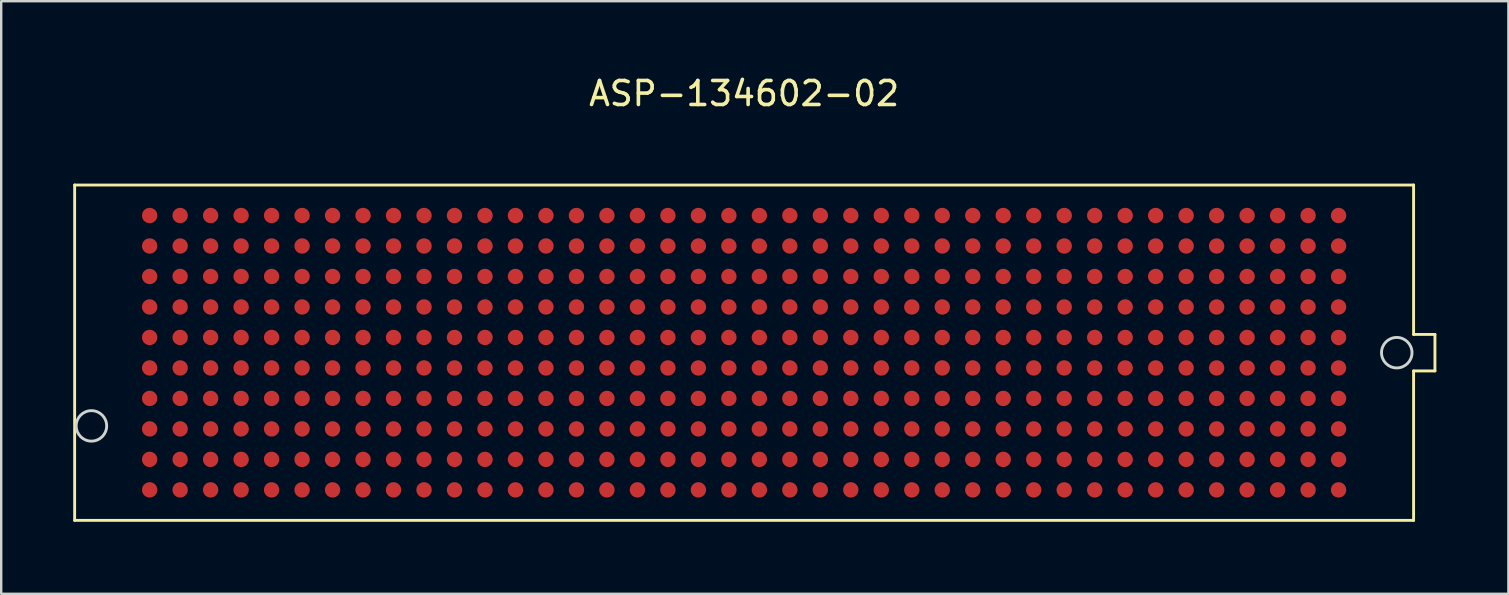
<source format=kicad_pcb>
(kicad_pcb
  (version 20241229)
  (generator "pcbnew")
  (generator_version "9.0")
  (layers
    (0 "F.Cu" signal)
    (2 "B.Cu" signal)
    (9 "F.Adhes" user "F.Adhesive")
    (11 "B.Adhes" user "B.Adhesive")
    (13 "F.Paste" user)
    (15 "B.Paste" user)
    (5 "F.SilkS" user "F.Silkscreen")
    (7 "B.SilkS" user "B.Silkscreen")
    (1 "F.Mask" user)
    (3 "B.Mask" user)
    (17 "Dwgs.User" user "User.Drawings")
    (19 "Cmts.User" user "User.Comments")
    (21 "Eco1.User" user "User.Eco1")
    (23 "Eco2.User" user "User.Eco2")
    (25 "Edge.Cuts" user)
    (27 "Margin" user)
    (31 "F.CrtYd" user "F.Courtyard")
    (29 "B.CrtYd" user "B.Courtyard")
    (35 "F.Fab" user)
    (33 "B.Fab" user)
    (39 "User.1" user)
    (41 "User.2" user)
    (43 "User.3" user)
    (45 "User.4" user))
  (footprint "ASP-134602-02"
    (layer "F.Cu")
    (at 27.95 11.643)
    (property "Reference" "ASP-134602-02" (at 0 -10.795 0) (layer "F.SilkS") (effects (font (size 1 1) (thickness 0.15))))
    (attr through_hole)
    (fp_line (start -27.89 -6.985) (end -27.89 6.985) (stroke (width 0.12) (type solid)) (layer "F.SilkS"))
    (fp_line (start -27.89 -6.985) (end 27.89 -6.985) (stroke (width 0.12) (type solid)) (layer "F.SilkS"))
    (fp_line (start 27.89 -0.76) (end 27.89 -6.985) (stroke (width 0.12) (type solid)) (layer "F.SilkS"))
    (fp_line (start 27.89 6.985) (end -27.89 6.985) (stroke (width 0.12) (type solid)) (layer "F.SilkS"))
    (fp_line (start 27.89 6.985) (end 27.89 0.76) (stroke (width 0.12) (type solid)) (layer "F.SilkS"))
    (fp_line (start 28.78 -0.76) (end 27.89 -0.76) (stroke (width 0.12) (type solid)) (layer "F.SilkS"))
    (fp_line (start 28.78 0.76) (end 27.89 0.76) (stroke (width 0.12) (type solid)) (layer "F.SilkS"))
    (fp_line (start 28.78 0.76) (end 28.78 -0.76) (stroke (width 0.12) (type solid)) (layer "F.SilkS"))
    (fp_circle (center -27.191 3.05) (end -26.556 3.05) (stroke (width 0.12) (type solid)) (fill no) (layer "Edge.Cuts"))
    (fp_circle (center 27.189 0) (end 27.824 0) (stroke (width 0.12) (type solid)) (fill no) (layer "Edge.Cuts"))
    (pad "A1" smd circle (at 24.765 5.715 180) (size 0.64 0.64) (layers "F.Cu" "F.Mask" "F.Paste"))
    (pad "A2" smd circle (at 23.495 5.715 180) (size 0.64 0.64) (layers "F.Cu" "F.Mask" "F.Paste"))
    (pad "A3" smd circle (at 22.225 5.715 180) (size 0.64 0.64) (layers "F.Cu" "F.Mask" "F.Paste"))
    (pad "A4" smd circle (at 20.955 5.715 180) (size 0.64 0.64) (layers "F.Cu" "F.Mask" "F.Paste"))
    (pad "A5" smd circle (at 19.685 5.715 180) (size 0.64 0.64) (layers "F.Cu" "F.Mask" "F.Paste"))
    (pad "A6" smd circle (at 18.415 5.715 180) (size 0.64 0.64) (layers "F.Cu" "F.Mask" "F.Paste"))
    (pad "A7" smd circle (at 17.145 5.715 180) (size 0.64 0.64) (layers "F.Cu" "F.Mask" "F.Paste"))
    (pad "A8" smd circle (at 15.875 5.715 180) (size 0.64 0.64) (layers "F.Cu" "F.Mask" "F.Paste"))
    (pad "A9" smd circle (at 14.605 5.715 180) (size 0.64 0.64) (layers "F.Cu" "F.Mask" "F.Paste"))
    (pad "A10" smd circle (at 13.335 5.715 180) (size 0.64 0.64) (layers "F.Cu" "F.Mask" "F.Paste"))
    (pad "A11" smd circle (at 12.065 5.715 180) (size 0.64 0.64) (layers "F.Cu" "F.Mask" "F.Paste"))
    (pad "A12" smd circle (at 10.795 5.715 180) (size 0.64 0.64) (layers "F.Cu" "F.Mask" "F.Paste"))
    (pad "A13" smd circle (at 9.525 5.715 180) (size 0.64 0.64) (layers "F.Cu" "F.Mask" "F.Paste"))
    (pad "A14" smd circle (at 8.255 5.715 180) (size 0.64 0.64) (layers "F.Cu" "F.Mask" "F.Paste"))
    (pad "A15" smd circle (at 6.985 5.715 180) (size 0.64 0.64) (layers "F.Cu" "F.Mask" "F.Paste"))
    (pad "A16" smd circle (at 5.715 5.715 180) (size 0.64 0.64) (layers "F.Cu" "F.Mask" "F.Paste"))
    (pad "A17" smd circle (at 4.445 5.715 180) (size 0.64 0.64) (layers "F.Cu" "F.Mask" "F.Paste"))
    (pad "A18" smd circle (at 3.175 5.715 180) (size 0.64 0.64) (layers "F.Cu" "F.Mask" "F.Paste"))
    (pad "A19" smd circle (at 1.905 5.715 180) (size 0.64 0.64) (layers "F.Cu" "F.Mask" "F.Paste"))
    (pad "A20" smd circle (at 0.635 5.715 180) (size 0.64 0.64) (layers "F.Cu" "F.Mask" "F.Paste"))
    (pad "A21" smd circle (at -0.635 5.715 180) (size 0.64 0.64) (layers "F.Cu" "F.Mask" "F.Paste"))
    (pad "A22" smd circle (at -1.905 5.715 180) (size 0.64 0.64) (layers "F.Cu" "F.Mask" "F.Paste"))
    (pad "A23" smd circle (at -3.175 5.715 180) (size 0.64 0.64) (layers "F.Cu" "F.Mask" "F.Paste"))
    (pad "A24" smd circle (at -4.445 5.715 180) (size 0.64 0.64) (layers "F.Cu" "F.Mask" "F.Paste"))
    (pad "A25" smd circle (at -5.715 5.715 180) (size 0.64 0.64) (layers "F.Cu" "F.Mask" "F.Paste"))
    (pad "A26" smd circle (at -6.985 5.715 180) (size 0.64 0.64) (layers "F.Cu" "F.Mask" "F.Paste"))
    (pad "A27" smd circle (at -8.255 5.715 180) (size 0.64 0.64) (layers "F.Cu" "F.Mask" "F.Paste"))
    (pad "A28" smd circle (at -9.525 5.715 180) (size 0.64 0.64) (layers "F.Cu" "F.Mask" "F.Paste"))
    (pad "A29" smd circle (at -10.795 5.715 180) (size 0.64 0.64) (layers "F.Cu" "F.Mask" "F.Paste"))
    (pad "A30" smd circle (at -12.065 5.715 180) (size 0.64 0.64) (layers "F.Cu" "F.Mask" "F.Paste"))
    (pad "A31" smd circle (at -13.335 5.715 180) (size 0.64 0.64) (layers "F.Cu" "F.Mask" "F.Paste"))
    (pad "A32" smd circle (at -14.605 5.715 180) (size 0.64 0.64) (layers "F.Cu" "F.Mask" "F.Paste"))
    (pad "A33" smd circle (at -15.875 5.715 180) (size 0.64 0.64) (layers "F.Cu" "F.Mask" "F.Paste"))
    (pad "A34" smd circle (at -17.145 5.715 180) (size 0.64 0.64) (layers "F.Cu" "F.Mask" "F.Paste"))
    (pad "A35" smd circle (at -18.415 5.715 180) (size 0.64 0.64) (layers "F.Cu" "F.Mask" "F.Paste"))
    (pad "A36" smd circle (at -19.685 5.715 180) (size 0.64 0.64) (layers "F.Cu" "F.Mask" "F.Paste"))
    (pad "A37" smd circle (at -20.955 5.715 180) (size 0.64 0.64) (layers "F.Cu" "F.Mask" "F.Paste"))
    (pad "A38" smd circle (at -22.225 5.715 180) (size 0.64 0.64) (layers "F.Cu" "F.Mask" "F.Paste"))
    (pad "A39" smd circle (at -23.495 5.715 180) (size 0.64 0.64) (layers "F.Cu" "F.Mask" "F.Paste"))
    (pad "A40" smd circle (at -24.765 5.715 180) (size 0.64 0.64) (layers "F.Cu" "F.Mask" "F.Paste"))
    (pad "B1" smd circle (at 24.765 4.445 180) (size 0.64 0.64) (layers "F.Cu" "F.Mask" "F.Paste"))
    (pad "B2" smd circle (at 23.495 4.445 180) (size 0.64 0.64) (layers "F.Cu" "F.Mask" "F.Paste"))
    (pad "B3" smd circle (at 22.225 4.445 180) (size 0.64 0.64) (layers "F.Cu" "F.Mask" "F.Paste"))
    (pad "B4" smd circle (at 20.955 4.445 180) (size 0.64 0.64) (layers "F.Cu" "F.Mask" "F.Paste"))
    (pad "B5" smd circle (at 19.685 4.445 180) (size 0.64 0.64) (layers "F.Cu" "F.Mask" "F.Paste"))
    (pad "B6" smd circle (at 18.415 4.445 180) (size 0.64 0.64) (layers "F.Cu" "F.Mask" "F.Paste"))
    (pad "B7" smd circle (at 17.145 4.445 180) (size 0.64 0.64) (layers "F.Cu" "F.Mask" "F.Paste"))
    (pad "B8" smd circle (at 15.875 4.445 180) (size 0.64 0.64) (layers "F.Cu" "F.Mask" "F.Paste"))
    (pad "B9" smd circle (at 14.605 4.445 180) (size 0.64 0.64) (layers "F.Cu" "F.Mask" "F.Paste"))
    (pad "B10" smd circle (at 13.335 4.445 180) (size 0.64 0.64) (layers "F.Cu" "F.Mask" "F.Paste"))
    (pad "B11" smd circle (at 12.065 4.445 180) (size 0.64 0.64) (layers "F.Cu" "F.Mask" "F.Paste"))
    (pad "B12" smd circle (at 10.795 4.445 180) (size 0.64 0.64) (layers "F.Cu" "F.Mask" "F.Paste"))
    (pad "B13" smd circle (at 9.525 4.445 180) (size 0.64 0.64) (layers "F.Cu" "F.Mask" "F.Paste"))
    (pad "B14" smd circle (at 8.255 4.445 180) (size 0.64 0.64) (layers "F.Cu" "F.Mask" "F.Paste"))
    (pad "B15" smd circle (at 6.985 4.445 180) (size 0.64 0.64) (layers "F.Cu" "F.Mask" "F.Paste"))
    (pad "B16" smd circle (at 5.715 4.445 180) (size 0.64 0.64) (layers "F.Cu" "F.Mask" "F.Paste"))
    (pad "B17" smd circle (at 4.445 4.445 180) (size 0.64 0.64) (layers "F.Cu" "F.Mask" "F.Paste"))
    (pad "B18" smd circle (at 3.175 4.445 180) (size 0.64 0.64) (layers "F.Cu" "F.Mask" "F.Paste"))
    (pad "B19" smd circle (at 1.905 4.445 180) (size 0.64 0.64) (layers "F.Cu" "F.Mask" "F.Paste"))
    (pad "B20" smd circle (at 0.635 4.445 180) (size 0.64 0.64) (layers "F.Cu" "F.Mask" "F.Paste"))
    (pad "B21" smd circle (at -0.635 4.445 180) (size 0.64 0.64) (layers "F.Cu" "F.Mask" "F.Paste"))
    (pad "B22" smd circle (at -1.905 4.445 180) (size 0.64 0.64) (layers "F.Cu" "F.Mask" "F.Paste"))
    (pad "B23" smd circle (at -3.175 4.445 180) (size 0.64 0.64) (layers "F.Cu" "F.Mask" "F.Paste"))
    (pad "B24" smd circle (at -4.445 4.445 180) (size 0.64 0.64) (layers "F.Cu" "F.Mask" "F.Paste"))
    (pad "B25" smd circle (at -5.715 4.445 180) (size 0.64 0.64) (layers "F.Cu" "F.Mask" "F.Paste"))
    (pad "B26" smd circle (at -6.985 4.445 180) (size 0.64 0.64) (layers "F.Cu" "F.Mask" "F.Paste"))
    (pad "B27" smd circle (at -8.255 4.445 180) (size 0.64 0.64) (layers "F.Cu" "F.Mask" "F.Paste"))
    (pad "B28" smd circle (at -9.525 4.445 180) (size 0.64 0.64) (layers "F.Cu" "F.Mask" "F.Paste"))
    (pad "B29" smd circle (at -10.795 4.445 180) (size 0.64 0.64) (layers "F.Cu" "F.Mask" "F.Paste"))
    (pad "B30" smd circle (at -12.065 4.445 180) (size 0.64 0.64) (layers "F.Cu" "F.Mask" "F.Paste"))
    (pad "B31" smd circle (at -13.335 4.445 180) (size 0.64 0.64) (layers "F.Cu" "F.Mask" "F.Paste"))
    (pad "B32" smd circle (at -14.605 4.445 180) (size 0.64 0.64) (layers "F.Cu" "F.Mask" "F.Paste"))
    (pad "B33" smd circle (at -15.875 4.445 180) (size 0.64 0.64) (layers "F.Cu" "F.Mask" "F.Paste"))
    (pad "B34" smd circle (at -17.145 4.445 180) (size 0.64 0.64) (layers "F.Cu" "F.Mask" "F.Paste"))
    (pad "B35" smd circle (at -18.415 4.445 180) (size 0.64 0.64) (layers "F.Cu" "F.Mask" "F.Paste"))
    (pad "B36" smd circle (at -19.685 4.445 180) (size 0.64 0.64) (layers "F.Cu" "F.Mask" "F.Paste"))
    (pad "B37" smd circle (at -20.955 4.445 180) (size 0.64 0.64) (layers "F.Cu" "F.Mask" "F.Paste"))
    (pad "B38" smd circle (at -22.225 4.445 180) (size 0.64 0.64) (layers "F.Cu" "F.Mask" "F.Paste"))
    (pad "B39" smd circle (at -23.495 4.445 180) (size 0.64 0.64) (layers "F.Cu" "F.Mask" "F.Paste"))
    (pad "B40" smd circle (at -24.765 4.445 180) (size 0.64 0.64) (layers "F.Cu" "F.Mask" "F.Paste"))
    (pad "C1" smd circle (at 24.765 3.175 180) (size 0.64 0.64) (layers "F.Cu" "F.Mask" "F.Paste"))
    (pad "C2" smd circle (at 23.495 3.175 180) (size 0.64 0.64) (layers "F.Cu" "F.Mask" "F.Paste"))
    (pad "C3" smd circle (at 22.225 3.175 180) (size 0.64 0.64) (layers "F.Cu" "F.Mask" "F.Paste"))
    (pad "C4" smd circle (at 20.955 3.175 180) (size 0.64 0.64) (layers "F.Cu" "F.Mask" "F.Paste"))
    (pad "C5" smd circle (at 19.685 3.175 180) (size 0.64 0.64) (layers "F.Cu" "F.Mask" "F.Paste"))
    (pad "C6" smd circle (at 18.415 3.175 180) (size 0.64 0.64) (layers "F.Cu" "F.Mask" "F.Paste"))
    (pad "C7" smd circle (at 17.145 3.175 180) (size 0.64 0.64) (layers "F.Cu" "F.Mask" "F.Paste"))
    (pad "C8" smd circle (at 15.875 3.175 180) (size 0.64 0.64) (layers "F.Cu" "F.Mask" "F.Paste"))
    (pad "C9" smd circle (at 14.605 3.175 180) (size 0.64 0.64) (layers "F.Cu" "F.Mask" "F.Paste"))
    (pad "C10" smd circle (at 13.335 3.175 180) (size 0.64 0.64) (layers "F.Cu" "F.Mask" "F.Paste"))
    (pad "C11" smd circle (at 12.065 3.175 180) (size 0.64 0.64) (layers "F.Cu" "F.Mask" "F.Paste"))
    (pad "C12" smd circle (at 10.795 3.175 180) (size 0.64 0.64) (layers "F.Cu" "F.Mask" "F.Paste"))
    (pad "C13" smd circle (at 9.525 3.175 180) (size 0.64 0.64) (layers "F.Cu" "F.Mask" "F.Paste"))
    (pad "C14" smd circle (at 8.255 3.175 180) (size 0.64 0.64) (layers "F.Cu" "F.Mask" "F.Paste"))
    (pad "C15" smd circle (at 6.985 3.175 180) (size 0.64 0.64) (layers "F.Cu" "F.Mask" "F.Paste"))
    (pad "C16" smd circle (at 5.715 3.175 180) (size 0.64 0.64) (layers "F.Cu" "F.Mask" "F.Paste"))
    (pad "C17" smd circle (at 4.445 3.175 180) (size 0.64 0.64) (layers "F.Cu" "F.Mask" "F.Paste"))
    (pad "C18" smd circle (at 3.175 3.175 180) (size 0.64 0.64) (layers "F.Cu" "F.Mask" "F.Paste"))
    (pad "C19" smd circle (at 1.905 3.175 180) (size 0.64 0.64) (layers "F.Cu" "F.Mask" "F.Paste"))
    (pad "C20" smd circle (at 0.635 3.175 180) (size 0.64 0.64) (layers "F.Cu" "F.Mask" "F.Paste"))
    (pad "C21" smd circle (at -0.635 3.175 180) (size 0.64 0.64) (layers "F.Cu" "F.Mask" "F.Paste"))
    (pad "C22" smd circle (at -1.905 3.175 180) (size 0.64 0.64) (layers "F.Cu" "F.Mask" "F.Paste"))
    (pad "C23" smd circle (at -3.175 3.175 180) (size 0.64 0.64) (layers "F.Cu" "F.Mask" "F.Paste"))
    (pad "C24" smd circle (at -4.445 3.175 180) (size 0.64 0.64) (layers "F.Cu" "F.Mask" "F.Paste"))
    (pad "C25" smd circle (at -5.715 3.175 180) (size 0.64 0.64) (layers "F.Cu" "F.Mask" "F.Paste"))
    (pad "C26" smd circle (at -6.985 3.175 180) (size 0.64 0.64) (layers "F.Cu" "F.Mask" "F.Paste"))
    (pad "C27" smd circle (at -8.255 3.175 180) (size 0.64 0.64) (layers "F.Cu" "F.Mask" "F.Paste"))
    (pad "C28" smd circle (at -9.525 3.175 180) (size 0.64 0.64) (layers "F.Cu" "F.Mask" "F.Paste"))
    (pad "C29" smd circle (at -10.795 3.175 180) (size 0.64 0.64) (layers "F.Cu" "F.Mask" "F.Paste"))
    (pad "C30" smd circle (at -12.065 3.175 180) (size 0.64 0.64) (layers "F.Cu" "F.Mask" "F.Paste"))
    (pad "C31" smd circle (at -13.335 3.175 180) (size 0.64 0.64) (layers "F.Cu" "F.Mask" "F.Paste"))
    (pad "C32" smd circle (at -14.605 3.175 180) (size 0.64 0.64) (layers "F.Cu" "F.Mask" "F.Paste"))
    (pad "C33" smd circle (at -15.875 3.175 180) (size 0.64 0.64) (layers "F.Cu" "F.Mask" "F.Paste"))
    (pad "C34" smd circle (at -17.145 3.175 180) (size 0.64 0.64) (layers "F.Cu" "F.Mask" "F.Paste"))
    (pad "C35" smd circle (at -18.415 3.175 180) (size 0.64 0.64) (layers "F.Cu" "F.Mask" "F.Paste"))
    (pad "C36" smd circle (at -19.685 3.175 180) (size 0.64 0.64) (layers "F.Cu" "F.Mask" "F.Paste"))
    (pad "C37" smd circle (at -20.955 3.175 180) (size 0.64 0.64) (layers "F.Cu" "F.Mask" "F.Paste"))
    (pad "C38" smd circle (at -22.225 3.175 180) (size 0.64 0.64) (layers "F.Cu" "F.Mask" "F.Paste"))
    (pad "C39" smd circle (at -23.495 3.175 180) (size 0.64 0.64) (layers "F.Cu" "F.Mask" "F.Paste"))
    (pad "C40" smd circle (at -24.765 3.175 180) (size 0.64 0.64) (layers "F.Cu" "F.Mask" "F.Paste"))
    (pad "D1" smd circle (at 24.765 1.905 180) (size 0.64 0.64) (layers "F.Cu" "F.Mask" "F.Paste"))
    (pad "D2" smd circle (at 23.495 1.905 180) (size 0.64 0.64) (layers "F.Cu" "F.Mask" "F.Paste"))
    (pad "D3" smd circle (at 22.225 1.905 180) (size 0.64 0.64) (layers "F.Cu" "F.Mask" "F.Paste"))
    (pad "D4" smd circle (at 20.955 1.905 180) (size 0.64 0.64) (layers "F.Cu" "F.Mask" "F.Paste"))
    (pad "D5" smd circle (at 19.685 1.905 180) (size 0.64 0.64) (layers "F.Cu" "F.Mask" "F.Paste"))
    (pad "D6" smd circle (at 18.415 1.905 180) (size 0.64 0.64) (layers "F.Cu" "F.Mask" "F.Paste"))
    (pad "D7" smd circle (at 17.145 1.905 180) (size 0.64 0.64) (layers "F.Cu" "F.Mask" "F.Paste"))
    (pad "D8" smd circle (at 15.875 1.905 180) (size 0.64 0.64) (layers "F.Cu" "F.Mask" "F.Paste"))
    (pad "D9" smd circle (at 14.605 1.905 180) (size 0.64 0.64) (layers "F.Cu" "F.Mask" "F.Paste"))
    (pad "D10" smd circle (at 13.335 1.905 180) (size 0.64 0.64) (layers "F.Cu" "F.Mask" "F.Paste"))
    (pad "D11" smd circle (at 12.065 1.905 180) (size 0.64 0.64) (layers "F.Cu" "F.Mask" "F.Paste"))
    (pad "D12" smd circle (at 10.795 1.905 180) (size 0.64 0.64) (layers "F.Cu" "F.Mask" "F.Paste"))
    (pad "D13" smd circle (at 9.525 1.905 180) (size 0.64 0.64) (layers "F.Cu" "F.Mask" "F.Paste"))
    (pad "D14" smd circle (at 8.255 1.905 180) (size 0.64 0.64) (layers "F.Cu" "F.Mask" "F.Paste"))
    (pad "D15" smd circle (at 6.985 1.905 180) (size 0.64 0.64) (layers "F.Cu" "F.Mask" "F.Paste"))
    (pad "D16" smd circle (at 5.715 1.905 180) (size 0.64 0.64) (layers "F.Cu" "F.Mask" "F.Paste"))
    (pad "D17" smd circle (at 4.445 1.905 180) (size 0.64 0.64) (layers "F.Cu" "F.Mask" "F.Paste"))
    (pad "D18" smd circle (at 3.175 1.905 180) (size 0.64 0.64) (layers "F.Cu" "F.Mask" "F.Paste"))
    (pad "D19" smd circle (at 1.905 1.905 180) (size 0.64 0.64) (layers "F.Cu" "F.Mask" "F.Paste"))
    (pad "D20" smd circle (at 0.635 1.905 180) (size 0.64 0.64) (layers "F.Cu" "F.Mask" "F.Paste"))
    (pad "D21" smd circle (at -0.635 1.905 180) (size 0.64 0.64) (layers "F.Cu" "F.Mask" "F.Paste"))
    (pad "D22" smd circle (at -1.905 1.905 180) (size 0.64 0.64) (layers "F.Cu" "F.Mask" "F.Paste"))
    (pad "D23" smd circle (at -3.175 1.905 180) (size 0.64 0.64) (layers "F.Cu" "F.Mask" "F.Paste"))
    (pad "D24" smd circle (at -4.445 1.905 180) (size 0.64 0.64) (layers "F.Cu" "F.Mask" "F.Paste"))
    (pad "D25" smd circle (at -5.715 1.905 180) (size 0.64 0.64) (layers "F.Cu" "F.Mask" "F.Paste"))
    (pad "D26" smd circle (at -6.985 1.905 180) (size 0.64 0.64) (layers "F.Cu" "F.Mask" "F.Paste"))
    (pad "D27" smd circle (at -8.255 1.905 180) (size 0.64 0.64) (layers "F.Cu" "F.Mask" "F.Paste"))
    (pad "D28" smd circle (at -9.525 1.905 180) (size 0.64 0.64) (layers "F.Cu" "F.Mask" "F.Paste"))
    (pad "D29" smd circle (at -10.795 1.905 180) (size 0.64 0.64) (layers "F.Cu" "F.Mask" "F.Paste"))
    (pad "D30" smd circle (at -12.065 1.905 180) (size 0.64 0.64) (layers "F.Cu" "F.Mask" "F.Paste"))
    (pad "D31" smd circle (at -13.335 1.905 180) (size 0.64 0.64) (layers "F.Cu" "F.Mask" "F.Paste"))
    (pad "D32" smd circle (at -14.605 1.905 180) (size 0.64 0.64) (layers "F.Cu" "F.Mask" "F.Paste"))
    (pad "D33" smd circle (at -15.875 1.905 180) (size 0.64 0.64) (layers "F.Cu" "F.Mask" "F.Paste"))
    (pad "D34" smd circle (at -17.145 1.905 180) (size 0.64 0.64) (layers "F.Cu" "F.Mask" "F.Paste"))
    (pad "D35" smd circle (at -18.415 1.905 180) (size 0.64 0.64) (layers "F.Cu" "F.Mask" "F.Paste"))
    (pad "D36" smd circle (at -19.685 1.905 180) (size 0.64 0.64) (layers "F.Cu" "F.Mask" "F.Paste"))
    (pad "D37" smd circle (at -20.955 1.905 180) (size 0.64 0.64) (layers "F.Cu" "F.Mask" "F.Paste"))
    (pad "D38" smd circle (at -22.225 1.905 180) (size 0.64 0.64) (layers "F.Cu" "F.Mask" "F.Paste"))
    (pad "D39" smd circle (at -23.495 1.905 180) (size 0.64 0.64) (layers "F.Cu" "F.Mask" "F.Paste"))
    (pad "D40" smd circle (at -24.765 1.905 180) (size 0.64 0.64) (layers "F.Cu" "F.Mask" "F.Paste"))
    (pad "E1" smd circle (at 24.765 0.635 180) (size 0.64 0.64) (layers "F.Cu" "F.Mask" "F.Paste"))
    (pad "E2" smd circle (at 23.495 0.635 180) (size 0.64 0.64) (layers "F.Cu" "F.Mask" "F.Paste"))
    (pad "E3" smd circle (at 22.225 0.635 180) (size 0.64 0.64) (layers "F.Cu" "F.Mask" "F.Paste"))
    (pad "E4" smd circle (at 20.955 0.635 180) (size 0.64 0.64) (layers "F.Cu" "F.Mask" "F.Paste"))
    (pad "E5" smd circle (at 19.685 0.635 180) (size 0.64 0.64) (layers "F.Cu" "F.Mask" "F.Paste"))
    (pad "E6" smd circle (at 18.415 0.635 180) (size 0.64 0.64) (layers "F.Cu" "F.Mask" "F.Paste"))
    (pad "E7" smd circle (at 17.145 0.635 180) (size 0.64 0.64) (layers "F.Cu" "F.Mask" "F.Paste"))
    (pad "E8" smd circle (at 15.875 0.635 180) (size 0.64 0.64) (layers "F.Cu" "F.Mask" "F.Paste"))
    (pad "E9" smd circle (at 14.605 0.635 180) (size 0.64 0.64) (layers "F.Cu" "F.Mask" "F.Paste"))
    (pad "E10" smd circle (at 13.335 0.635 180) (size 0.64 0.64) (layers "F.Cu" "F.Mask" "F.Paste"))
    (pad "E11" smd circle (at 12.065 0.635 180) (size 0.64 0.64) (layers "F.Cu" "F.Mask" "F.Paste"))
    (pad "E12" smd circle (at 10.795 0.635 180) (size 0.64 0.64) (layers "F.Cu" "F.Mask" "F.Paste"))
    (pad "E13" smd circle (at 9.525 0.635 180) (size 0.64 0.64) (layers "F.Cu" "F.Mask" "F.Paste"))
    (pad "E14" smd circle (at 8.255 0.635 180) (size 0.64 0.64) (layers "F.Cu" "F.Mask" "F.Paste"))
    (pad "E15" smd circle (at 6.985 0.635 180) (size 0.64 0.64) (layers "F.Cu" "F.Mask" "F.Paste"))
    (pad "E16" smd circle (at 5.715 0.635 180) (size 0.64 0.64) (layers "F.Cu" "F.Mask" "F.Paste"))
    (pad "E17" smd circle (at 4.445 0.635 180) (size 0.64 0.64) (layers "F.Cu" "F.Mask" "F.Paste"))
    (pad "E18" smd circle (at 3.175 0.635 180) (size 0.64 0.64) (layers "F.Cu" "F.Mask" "F.Paste"))
    (pad "E19" smd circle (at 1.905 0.635 180) (size 0.64 0.64) (layers "F.Cu" "F.Mask" "F.Paste"))
    (pad "E20" smd circle (at 0.635 0.635 180) (size 0.64 0.64) (layers "F.Cu" "F.Mask" "F.Paste"))
    (pad "E21" smd circle (at -0.635 0.635 180) (size 0.64 0.64) (layers "F.Cu" "F.Mask" "F.Paste"))
    (pad "E22" smd circle (at -1.905 0.635 180) (size 0.64 0.64) (layers "F.Cu" "F.Mask" "F.Paste"))
    (pad "E23" smd circle (at -3.175 0.635 180) (size 0.64 0.64) (layers "F.Cu" "F.Mask" "F.Paste"))
    (pad "E24" smd circle (at -4.445 0.635 180) (size 0.64 0.64) (layers "F.Cu" "F.Mask" "F.Paste"))
    (pad "E25" smd circle (at -5.715 0.635 180) (size 0.64 0.64) (layers "F.Cu" "F.Mask" "F.Paste"))
    (pad "E26" smd circle (at -6.985 0.635 180) (size 0.64 0.64) (layers "F.Cu" "F.Mask" "F.Paste"))
    (pad "E27" smd circle (at -8.255 0.635 180) (size 0.64 0.64) (layers "F.Cu" "F.Mask" "F.Paste"))
    (pad "E28" smd circle (at -9.525 0.635 180) (size 0.64 0.64) (layers "F.Cu" "F.Mask" "F.Paste"))
    (pad "E29" smd circle (at -10.795 0.635 180) (size 0.64 0.64) (layers "F.Cu" "F.Mask" "F.Paste"))
    (pad "E30" smd circle (at -12.065 0.635 180) (size 0.64 0.64) (layers "F.Cu" "F.Mask" "F.Paste"))
    (pad "E31" smd circle (at -13.335 0.635 180) (size 0.64 0.64) (layers "F.Cu" "F.Mask" "F.Paste"))
    (pad "E32" smd circle (at -14.605 0.635 180) (size 0.64 0.64) (layers "F.Cu" "F.Mask" "F.Paste"))
    (pad "E33" smd circle (at -15.875 0.635 180) (size 0.64 0.64) (layers "F.Cu" "F.Mask" "F.Paste"))
    (pad "E34" smd circle (at -17.145 0.635 180) (size 0.64 0.64) (layers "F.Cu" "F.Mask" "F.Paste"))
    (pad "E35" smd circle (at -18.415 0.635 180) (size 0.64 0.64) (layers "F.Cu" "F.Mask" "F.Paste"))
    (pad "E36" smd circle (at -19.685 0.635 180) (size 0.64 0.64) (layers "F.Cu" "F.Mask" "F.Paste"))
    (pad "E37" smd circle (at -20.955 0.635 180) (size 0.64 0.64) (layers "F.Cu" "F.Mask" "F.Paste"))
    (pad "E38" smd circle (at -22.225 0.635 180) (size 0.64 0.64) (layers "F.Cu" "F.Mask" "F.Paste"))
    (pad "E39" smd circle (at -23.495 0.635 180) (size 0.64 0.64) (layers "F.Cu" "F.Mask" "F.Paste"))
    (pad "E40" smd circle (at -24.765 0.635 180) (size 0.64 0.64) (layers "F.Cu" "F.Mask" "F.Paste"))
    (pad "F1" smd circle (at 24.765 -0.635 180) (size 0.64 0.64) (layers "F.Cu" "F.Mask" "F.Paste"))
    (pad "F2" smd circle (at 23.495 -0.635 180) (size 0.64 0.64) (layers "F.Cu" "F.Mask" "F.Paste"))
    (pad "F3" smd circle (at 22.225 -0.635 180) (size 0.64 0.64) (layers "F.Cu" "F.Mask" "F.Paste"))
    (pad "F4" smd circle (at 20.955 -0.635 180) (size 0.64 0.64) (layers "F.Cu" "F.Mask" "F.Paste"))
    (pad "F5" smd circle (at 19.685 -0.635 180) (size 0.64 0.64) (layers "F.Cu" "F.Mask" "F.Paste"))
    (pad "F6" smd circle (at 18.415 -0.635 180) (size 0.64 0.64) (layers "F.Cu" "F.Mask" "F.Paste"))
    (pad "F7" smd circle (at 17.145 -0.635 180) (size 0.64 0.64) (layers "F.Cu" "F.Mask" "F.Paste"))
    (pad "F8" smd circle (at 15.875 -0.635 180) (size 0.64 0.64) (layers "F.Cu" "F.Mask" "F.Paste"))
    (pad "F9" smd circle (at 14.605 -0.635 180) (size 0.64 0.64) (layers "F.Cu" "F.Mask" "F.Paste"))
    (pad "F10" smd circle (at 13.335 -0.635 180) (size 0.64 0.64) (layers "F.Cu" "F.Mask" "F.Paste"))
    (pad "F11" smd circle (at 12.065 -0.635 180) (size 0.64 0.64) (layers "F.Cu" "F.Mask" "F.Paste"))
    (pad "F12" smd circle (at 10.795 -0.635 180) (size 0.64 0.64) (layers "F.Cu" "F.Mask" "F.Paste"))
    (pad "F13" smd circle (at 9.525 -0.635 180) (size 0.64 0.64) (layers "F.Cu" "F.Mask" "F.Paste"))
    (pad "F14" smd circle (at 8.255 -0.635 180) (size 0.64 0.64) (layers "F.Cu" "F.Mask" "F.Paste"))
    (pad "F15" smd circle (at 6.985 -0.635 180) (size 0.64 0.64) (layers "F.Cu" "F.Mask" "F.Paste"))
    (pad "F16" smd circle (at 5.715 -0.635 180) (size 0.64 0.64) (layers "F.Cu" "F.Mask" "F.Paste"))
    (pad "F17" smd circle (at 4.445 -0.635 180) (size 0.64 0.64) (layers "F.Cu" "F.Mask" "F.Paste"))
    (pad "F18" smd circle (at 3.175 -0.635 180) (size 0.64 0.64) (layers "F.Cu" "F.Mask" "F.Paste"))
    (pad "F19" smd circle (at 1.905 -0.635 180) (size 0.64 0.64) (layers "F.Cu" "F.Mask" "F.Paste"))
    (pad "F20" smd circle (at 0.635 -0.635 180) (size 0.64 0.64) (layers "F.Cu" "F.Mask" "F.Paste"))
    (pad "F21" smd circle (at -0.635 -0.635 180) (size 0.64 0.64) (layers "F.Cu" "F.Mask" "F.Paste"))
    (pad "F22" smd circle (at -1.905 -0.635 180) (size 0.64 0.64) (layers "F.Cu" "F.Mask" "F.Paste"))
    (pad "F23" smd circle (at -3.175 -0.635 180) (size 0.64 0.64) (layers "F.Cu" "F.Mask" "F.Paste"))
    (pad "F24" smd circle (at -4.445 -0.635 180) (size 0.64 0.64) (layers "F.Cu" "F.Mask" "F.Paste"))
    (pad "F25" smd circle (at -5.715 -0.635 180) (size 0.64 0.64) (layers "F.Cu" "F.Mask" "F.Paste"))
    (pad "F26" smd circle (at -6.985 -0.635 180) (size 0.64 0.64) (layers "F.Cu" "F.Mask" "F.Paste"))
    (pad "F27" smd circle (at -8.255 -0.635 180) (size 0.64 0.64) (layers "F.Cu" "F.Mask" "F.Paste"))
    (pad "F28" smd circle (at -9.525 -0.635 180) (size 0.64 0.64) (layers "F.Cu" "F.Mask" "F.Paste"))
    (pad "F29" smd circle (at -10.795 -0.635 180) (size 0.64 0.64) (layers "F.Cu" "F.Mask" "F.Paste"))
    (pad "F30" smd circle (at -12.065 -0.635 180) (size 0.64 0.64) (layers "F.Cu" "F.Mask" "F.Paste"))
    (pad "F31" smd circle (at -13.335 -0.635 180) (size 0.64 0.64) (layers "F.Cu" "F.Mask" "F.Paste"))
    (pad "F32" smd circle (at -14.605 -0.635 180) (size 0.64 0.64) (layers "F.Cu" "F.Mask" "F.Paste"))
    (pad "F33" smd circle (at -15.875 -0.635 180) (size 0.64 0.64) (layers "F.Cu" "F.Mask" "F.Paste"))
    (pad "F34" smd circle (at -17.145 -0.635 180) (size 0.64 0.64) (layers "F.Cu" "F.Mask" "F.Paste"))
    (pad "F35" smd circle (at -18.415 -0.635 180) (size 0.64 0.64) (layers "F.Cu" "F.Mask" "F.Paste"))
    (pad "F36" smd circle (at -19.685 -0.635 180) (size 0.64 0.64) (layers "F.Cu" "F.Mask" "F.Paste"))
    (pad "F37" smd circle (at -20.955 -0.635 180) (size 0.64 0.64) (layers "F.Cu" "F.Mask" "F.Paste"))
    (pad "F38" smd circle (at -22.225 -0.635 180) (size 0.64 0.64) (layers "F.Cu" "F.Mask" "F.Paste"))
    (pad "F39" smd circle (at -23.495 -0.635 180) (size 0.64 0.64) (layers "F.Cu" "F.Mask" "F.Paste"))
    (pad "F40" smd circle (at -24.765 -0.635 180) (size 0.64 0.64) (layers "F.Cu" "F.Mask" "F.Paste"))
    (pad "G1" smd circle (at 24.765 -1.905 180) (size 0.64 0.64) (layers "F.Cu" "F.Mask" "F.Paste"))
    (pad "G2" smd circle (at 23.495 -1.905 180) (size 0.64 0.64) (layers "F.Cu" "F.Mask" "F.Paste"))
    (pad "G3" smd circle (at 22.225 -1.905 180) (size 0.64 0.64) (layers "F.Cu" "F.Mask" "F.Paste"))
    (pad "G4" smd circle (at 20.955 -1.905 180) (size 0.64 0.64) (layers "F.Cu" "F.Mask" "F.Paste"))
    (pad "G5" smd circle (at 19.685 -1.905 180) (size 0.64 0.64) (layers "F.Cu" "F.Mask" "F.Paste"))
    (pad "G6" smd circle (at 18.415 -1.905 180) (size 0.64 0.64) (layers "F.Cu" "F.Mask" "F.Paste"))
    (pad "G7" smd circle (at 17.145 -1.905 180) (size 0.64 0.64) (layers "F.Cu" "F.Mask" "F.Paste"))
    (pad "G8" smd circle (at 15.875 -1.905 180) (size 0.64 0.64) (layers "F.Cu" "F.Mask" "F.Paste"))
    (pad "G9" smd circle (at 14.605 -1.905 180) (size 0.64 0.64) (layers "F.Cu" "F.Mask" "F.Paste"))
    (pad "G10" smd circle (at 13.335 -1.905 180) (size 0.64 0.64) (layers "F.Cu" "F.Mask" "F.Paste"))
    (pad "G11" smd circle (at 12.065 -1.905 180) (size 0.64 0.64) (layers "F.Cu" "F.Mask" "F.Paste"))
    (pad "G12" smd circle (at 10.795 -1.905 180) (size 0.64 0.64) (layers "F.Cu" "F.Mask" "F.Paste"))
    (pad "G13" smd circle (at 9.525 -1.905 180) (size 0.64 0.64) (layers "F.Cu" "F.Mask" "F.Paste"))
    (pad "G14" smd circle (at 8.255 -1.905 180) (size 0.64 0.64) (layers "F.Cu" "F.Mask" "F.Paste"))
    (pad "G15" smd circle (at 6.985 -1.905 180) (size 0.64 0.64) (layers "F.Cu" "F.Mask" "F.Paste"))
    (pad "G16" smd circle (at 5.715 -1.905 180) (size 0.64 0.64) (layers "F.Cu" "F.Mask" "F.Paste"))
    (pad "G17" smd circle (at 4.445 -1.905 180) (size 0.64 0.64) (layers "F.Cu" "F.Mask" "F.Paste"))
    (pad "G18" smd circle (at 3.175 -1.905 180) (size 0.64 0.64) (layers "F.Cu" "F.Mask" "F.Paste"))
    (pad "G19" smd circle (at 1.905 -1.905 180) (size 0.64 0.64) (layers "F.Cu" "F.Mask" "F.Paste"))
    (pad "G20" smd circle (at 0.635 -1.905 180) (size 0.64 0.64) (layers "F.Cu" "F.Mask" "F.Paste"))
    (pad "G21" smd circle (at -0.635 -1.905 180) (size 0.64 0.64) (layers "F.Cu" "F.Mask" "F.Paste"))
    (pad "G22" smd circle (at -1.905 -1.905 180) (size 0.64 0.64) (layers "F.Cu" "F.Mask" "F.Paste"))
    (pad "G23" smd circle (at -3.175 -1.905 180) (size 0.64 0.64) (layers "F.Cu" "F.Mask" "F.Paste"))
    (pad "G24" smd circle (at -4.445 -1.905 180) (size 0.64 0.64) (layers "F.Cu" "F.Mask" "F.Paste"))
    (pad "G25" smd circle (at -5.715 -1.905 180) (size 0.64 0.64) (layers "F.Cu" "F.Mask" "F.Paste"))
    (pad "G26" smd circle (at -6.985 -1.905 180) (size 0.64 0.64) (layers "F.Cu" "F.Mask" "F.Paste"))
    (pad "G27" smd circle (at -8.255 -1.905 180) (size 0.64 0.64) (layers "F.Cu" "F.Mask" "F.Paste"))
    (pad "G28" smd circle (at -9.525 -1.905 180) (size 0.64 0.64) (layers "F.Cu" "F.Mask" "F.Paste"))
    (pad "G29" smd circle (at -10.795 -1.905 180) (size 0.64 0.64) (layers "F.Cu" "F.Mask" "F.Paste"))
    (pad "G30" smd circle (at -12.065 -1.905 180) (size 0.64 0.64) (layers "F.Cu" "F.Mask" "F.Paste"))
    (pad "G31" smd circle (at -13.335 -1.905 180) (size 0.64 0.64) (layers "F.Cu" "F.Mask" "F.Paste"))
    (pad "G32" smd circle (at -14.605 -1.905 180) (size 0.64 0.64) (layers "F.Cu" "F.Mask" "F.Paste"))
    (pad "G33" smd circle (at -15.875 -1.905 180) (size 0.64 0.64) (layers "F.Cu" "F.Mask" "F.Paste"))
    (pad "G34" smd circle (at -17.145 -1.905 180) (size 0.64 0.64) (layers "F.Cu" "F.Mask" "F.Paste"))
    (pad "G35" smd circle (at -18.415 -1.905 180) (size 0.64 0.64) (layers "F.Cu" "F.Mask" "F.Paste"))
    (pad "G36" smd circle (at -19.685 -1.905 180) (size 0.64 0.64) (layers "F.Cu" "F.Mask" "F.Paste"))
    (pad "G37" smd circle (at -20.955 -1.905 180) (size 0.64 0.64) (layers "F.Cu" "F.Mask" "F.Paste"))
    (pad "G38" smd circle (at -22.225 -1.905 180) (size 0.64 0.64) (layers "F.Cu" "F.Mask" "F.Paste"))
    (pad "G39" smd circle (at -23.495 -1.905 180) (size 0.64 0.64) (layers "F.Cu" "F.Mask" "F.Paste"))
    (pad "G40" smd circle (at -24.765 -1.905 180) (size 0.64 0.64) (layers "F.Cu" "F.Mask" "F.Paste"))
    (pad "H1" smd circle (at 24.765 -3.175 180) (size 0.64 0.64) (layers "F.Cu" "F.Mask" "F.Paste"))
    (pad "H2" smd circle (at 23.495 -3.175 180) (size 0.64 0.64) (layers "F.Cu" "F.Mask" "F.Paste"))
    (pad "H3" smd circle (at 22.225 -3.175 180) (size 0.64 0.64) (layers "F.Cu" "F.Mask" "F.Paste"))
    (pad "H4" smd circle (at 20.955 -3.175 180) (size 0.64 0.64) (layers "F.Cu" "F.Mask" "F.Paste"))
    (pad "H5" smd circle (at 19.685 -3.175 180) (size 0.64 0.64) (layers "F.Cu" "F.Mask" "F.Paste"))
    (pad "H6" smd circle (at 18.415 -3.175 180) (size 0.64 0.64) (layers "F.Cu" "F.Mask" "F.Paste"))
    (pad "H7" smd circle (at 17.145 -3.175 180) (size 0.64 0.64) (layers "F.Cu" "F.Mask" "F.Paste"))
    (pad "H8" smd circle (at 15.875 -3.175 180) (size 0.64 0.64) (layers "F.Cu" "F.Mask" "F.Paste"))
    (pad "H9" smd circle (at 14.605 -3.175 180) (size 0.64 0.64) (layers "F.Cu" "F.Mask" "F.Paste"))
    (pad "H10" smd circle (at 13.335 -3.175 180) (size 0.64 0.64) (layers "F.Cu" "F.Mask" "F.Paste"))
    (pad "H11" smd circle (at 12.065 -3.175 180) (size 0.64 0.64) (layers "F.Cu" "F.Mask" "F.Paste"))
    (pad "H12" smd circle (at 10.795 -3.175 180) (size 0.64 0.64) (layers "F.Cu" "F.Mask" "F.Paste"))
    (pad "H13" smd circle (at 9.525 -3.175 180) (size 0.64 0.64) (layers "F.Cu" "F.Mask" "F.Paste"))
    (pad "H14" smd circle (at 8.255 -3.175 180) (size 0.64 0.64) (layers "F.Cu" "F.Mask" "F.Paste"))
    (pad "H15" smd circle (at 6.985 -3.175 180) (size 0.64 0.64) (layers "F.Cu" "F.Mask" "F.Paste"))
    (pad "H16" smd circle (at 5.715 -3.175 180) (size 0.64 0.64) (layers "F.Cu" "F.Mask" "F.Paste"))
    (pad "H17" smd circle (at 4.445 -3.175 180) (size 0.64 0.64) (layers "F.Cu" "F.Mask" "F.Paste"))
    (pad "H18" smd circle (at 3.175 -3.175 180) (size 0.64 0.64) (layers "F.Cu" "F.Mask" "F.Paste"))
    (pad "H19" smd circle (at 1.905 -3.175 180) (size 0.64 0.64) (layers "F.Cu" "F.Mask" "F.Paste"))
    (pad "H20" smd circle (at 0.635 -3.175 180) (size 0.64 0.64) (layers "F.Cu" "F.Mask" "F.Paste"))
    (pad "H21" smd circle (at -0.635 -3.175 180) (size 0.64 0.64) (layers "F.Cu" "F.Mask" "F.Paste"))
    (pad "H22" smd circle (at -1.905 -3.175 180) (size 0.64 0.64) (layers "F.Cu" "F.Mask" "F.Paste"))
    (pad "H23" smd circle (at -3.175 -3.175 180) (size 0.64 0.64) (layers "F.Cu" "F.Mask" "F.Paste"))
    (pad "H24" smd circle (at -4.445 -3.175 180) (size 0.64 0.64) (layers "F.Cu" "F.Mask" "F.Paste"))
    (pad "H25" smd circle (at -5.715 -3.175 180) (size 0.64 0.64) (layers "F.Cu" "F.Mask" "F.Paste"))
    (pad "H26" smd circle (at -6.985 -3.175 180) (size 0.64 0.64) (layers "F.Cu" "F.Mask" "F.Paste"))
    (pad "H27" smd circle (at -8.255 -3.175 180) (size 0.64 0.64) (layers "F.Cu" "F.Mask" "F.Paste"))
    (pad "H28" smd circle (at -9.525 -3.175 180) (size 0.64 0.64) (layers "F.Cu" "F.Mask" "F.Paste"))
    (pad "H29" smd circle (at -10.795 -3.175 180) (size 0.64 0.64) (layers "F.Cu" "F.Mask" "F.Paste"))
    (pad "H30" smd circle (at -12.065 -3.175 180) (size 0.64 0.64) (layers "F.Cu" "F.Mask" "F.Paste"))
    (pad "H31" smd circle (at -13.335 -3.175 180) (size 0.64 0.64) (layers "F.Cu" "F.Mask" "F.Paste"))
    (pad "H32" smd circle (at -14.605 -3.175 180) (size 0.64 0.64) (layers "F.Cu" "F.Mask" "F.Paste"))
    (pad "H33" smd circle (at -15.875 -3.175 180) (size 0.64 0.64) (layers "F.Cu" "F.Mask" "F.Paste"))
    (pad "H34" smd circle (at -17.145 -3.175 180) (size 0.64 0.64) (layers "F.Cu" "F.Mask" "F.Paste"))
    (pad "H35" smd circle (at -18.415 -3.175 180) (size 0.64 0.64) (layers "F.Cu" "F.Mask" "F.Paste"))
    (pad "H36" smd circle (at -19.685 -3.175 180) (size 0.64 0.64) (layers "F.Cu" "F.Mask" "F.Paste"))
    (pad "H37" smd circle (at -20.955 -3.175 180) (size 0.64 0.64) (layers "F.Cu" "F.Mask" "F.Paste"))
    (pad "H38" smd circle (at -22.225 -3.175 180) (size 0.64 0.64) (layers "F.Cu" "F.Mask" "F.Paste"))
    (pad "H39" smd circle (at -23.495 -3.175 180) (size 0.64 0.64) (layers "F.Cu" "F.Mask" "F.Paste"))
    (pad "H40" smd circle (at -24.765 -3.175 180) (size 0.64 0.64) (layers "F.Cu" "F.Mask" "F.Paste"))
    (pad "J1" smd circle (at 24.765 -4.445 180) (size 0.64 0.64) (layers "F.Cu" "F.Mask" "F.Paste"))
    (pad "J2" smd circle (at 23.495 -4.445 180) (size 0.64 0.64) (layers "F.Cu" "F.Mask" "F.Paste"))
    (pad "J3" smd circle (at 22.225 -4.445 180) (size 0.64 0.64) (layers "F.Cu" "F.Mask" "F.Paste"))
    (pad "J4" smd circle (at 20.955 -4.445 180) (size 0.64 0.64) (layers "F.Cu" "F.Mask" "F.Paste"))
    (pad "J5" smd circle (at 19.685 -4.445 180) (size 0.64 0.64) (layers "F.Cu" "F.Mask" "F.Paste"))
    (pad "J6" smd circle (at 18.415 -4.445 180) (size 0.64 0.64) (layers "F.Cu" "F.Mask" "F.Paste"))
    (pad "J7" smd circle (at 17.145 -4.445 180) (size 0.64 0.64) (layers "F.Cu" "F.Mask" "F.Paste"))
    (pad "J8" smd circle (at 15.875 -4.445 180) (size 0.64 0.64) (layers "F.Cu" "F.Mask" "F.Paste"))
    (pad "J9" smd circle (at 14.605 -4.445 180) (size 0.64 0.64) (layers "F.Cu" "F.Mask" "F.Paste"))
    (pad "J10" smd circle (at 13.335 -4.445 180) (size 0.64 0.64) (layers "F.Cu" "F.Mask" "F.Paste"))
    (pad "J11" smd circle (at 12.065 -4.445 180) (size 0.64 0.64) (layers "F.Cu" "F.Mask" "F.Paste"))
    (pad "J12" smd circle (at 10.795 -4.445 180) (size 0.64 0.64) (layers "F.Cu" "F.Mask" "F.Paste"))
    (pad "J13" smd circle (at 9.525 -4.445 180) (size 0.64 0.64) (layers "F.Cu" "F.Mask" "F.Paste"))
    (pad "J14" smd circle (at 8.255 -4.445 180) (size 0.64 0.64) (layers "F.Cu" "F.Mask" "F.Paste"))
    (pad "J15" smd circle (at 6.985 -4.445 180) (size 0.64 0.64) (layers "F.Cu" "F.Mask" "F.Paste"))
    (pad "J16" smd circle (at 5.715 -4.445 180) (size 0.64 0.64) (layers "F.Cu" "F.Mask" "F.Paste"))
    (pad "J17" smd circle (at 4.445 -4.445 180) (size 0.64 0.64) (layers "F.Cu" "F.Mask" "F.Paste"))
    (pad "J18" smd circle (at 3.175 -4.445 180) (size 0.64 0.64) (layers "F.Cu" "F.Mask" "F.Paste"))
    (pad "J19" smd circle (at 1.905 -4.445 180) (size 0.64 0.64) (layers "F.Cu" "F.Mask" "F.Paste"))
    (pad "J20" smd circle (at 0.635 -4.445 180) (size 0.64 0.64) (layers "F.Cu" "F.Mask" "F.Paste"))
    (pad "J21" smd circle (at -0.635 -4.445 180) (size 0.64 0.64) (layers "F.Cu" "F.Mask" "F.Paste"))
    (pad "J22" smd circle (at -1.905 -4.445 180) (size 0.64 0.64) (layers "F.Cu" "F.Mask" "F.Paste"))
    (pad "J23" smd circle (at -3.175 -4.445 180) (size 0.64 0.64) (layers "F.Cu" "F.Mask" "F.Paste"))
    (pad "J24" smd circle (at -4.445 -4.445 180) (size 0.64 0.64) (layers "F.Cu" "F.Mask" "F.Paste"))
    (pad "J25" smd circle (at -5.715 -4.445 180) (size 0.64 0.64) (layers "F.Cu" "F.Mask" "F.Paste"))
    (pad "J26" smd circle (at -6.985 -4.445 180) (size 0.64 0.64) (layers "F.Cu" "F.Mask" "F.Paste"))
    (pad "J27" smd circle (at -8.255 -4.445 180) (size 0.64 0.64) (layers "F.Cu" "F.Mask" "F.Paste"))
    (pad "J28" smd circle (at -9.525 -4.445 180) (size 0.64 0.64) (layers "F.Cu" "F.Mask" "F.Paste"))
    (pad "J29" smd circle (at -10.795 -4.445 180) (size 0.64 0.64) (layers "F.Cu" "F.Mask" "F.Paste"))
    (pad "J30" smd circle (at -12.065 -4.445 180) (size 0.64 0.64) (layers "F.Cu" "F.Mask" "F.Paste"))
    (pad "J31" smd circle (at -13.335 -4.445 180) (size 0.64 0.64) (layers "F.Cu" "F.Mask" "F.Paste"))
    (pad "J32" smd circle (at -14.605 -4.445 180) (size 0.64 0.64) (layers "F.Cu" "F.Mask" "F.Paste"))
    (pad "J33" smd circle (at -15.875 -4.445 180) (size 0.64 0.64) (layers "F.Cu" "F.Mask" "F.Paste"))
    (pad "J34" smd circle (at -17.145 -4.445 180) (size 0.64 0.64) (layers "F.Cu" "F.Mask" "F.Paste"))
    (pad "J35" smd circle (at -18.415 -4.445 180) (size 0.64 0.64) (layers "F.Cu" "F.Mask" "F.Paste"))
    (pad "J36" smd circle (at -19.685 -4.445 180) (size 0.64 0.64) (layers "F.Cu" "F.Mask" "F.Paste"))
    (pad "J37" smd circle (at -20.955 -4.445 180) (size 0.64 0.64) (layers "F.Cu" "F.Mask" "F.Paste"))
    (pad "J38" smd circle (at -22.225 -4.445 180) (size 0.64 0.64) (layers "F.Cu" "F.Mask" "F.Paste"))
    (pad "J39" smd circle (at -23.495 -4.445 180) (size 0.64 0.64) (layers "F.Cu" "F.Mask" "F.Paste"))
    (pad "J40" smd circle (at -24.765 -4.445 180) (size 0.64 0.64) (layers "F.Cu" "F.Mask" "F.Paste"))
    (pad "K1" smd circle (at 24.765 -5.715 180) (size 0.64 0.64) (layers "F.Cu" "F.Mask" "F.Paste"))
    (pad "K2" smd circle (at 23.495 -5.715 180) (size 0.64 0.64) (layers "F.Cu" "F.Mask" "F.Paste"))
    (pad "K3" smd circle (at 22.225 -5.715 180) (size 0.64 0.64) (layers "F.Cu" "F.Mask" "F.Paste"))
    (pad "K4" smd circle (at 20.955 -5.715 180) (size 0.64 0.64) (layers "F.Cu" "F.Mask" "F.Paste"))
    (pad "K5" smd circle (at 19.685 -5.715 180) (size 0.64 0.64) (layers "F.Cu" "F.Mask" "F.Paste"))
    (pad "K6" smd circle (at 18.415 -5.715 180) (size 0.64 0.64) (layers "F.Cu" "F.Mask" "F.Paste"))
    (pad "K7" smd circle (at 17.145 -5.715 180) (size 0.64 0.64) (layers "F.Cu" "F.Mask" "F.Paste"))
    (pad "K8" smd circle (at 15.875 -5.715 180) (size 0.64 0.64) (layers "F.Cu" "F.Mask" "F.Paste"))
    (pad "K9" smd circle (at 14.605 -5.715 180) (size 0.64 0.64) (layers "F.Cu" "F.Mask" "F.Paste"))
    (pad "K10" smd circle (at 13.335 -5.715 180) (size 0.64 0.64) (layers "F.Cu" "F.Mask" "F.Paste"))
    (pad "K11" smd circle (at 12.065 -5.715 180) (size 0.64 0.64) (layers "F.Cu" "F.Mask" "F.Paste"))
    (pad "K12" smd circle (at 10.795 -5.715 180) (size 0.64 0.64) (layers "F.Cu" "F.Mask" "F.Paste"))
    (pad "K13" smd circle (at 9.525 -5.715 180) (size 0.64 0.64) (layers "F.Cu" "F.Mask" "F.Paste"))
    (pad "K14" smd circle (at 8.255 -5.715 180) (size 0.64 0.64) (layers "F.Cu" "F.Mask" "F.Paste"))
    (pad "K15" smd circle (at 6.985 -5.715 180) (size 0.64 0.64) (layers "F.Cu" "F.Mask" "F.Paste"))
    (pad "K16" smd circle (at 5.715 -5.715 180) (size 0.64 0.64) (layers "F.Cu" "F.Mask" "F.Paste"))
    (pad "K17" smd circle (at 4.445 -5.715 180) (size 0.64 0.64) (layers "F.Cu" "F.Mask" "F.Paste"))
    (pad "K18" smd circle (at 3.175 -5.715 180) (size 0.64 0.64) (layers "F.Cu" "F.Mask" "F.Paste"))
    (pad "K19" smd circle (at 1.905 -5.715 180) (size 0.64 0.64) (layers "F.Cu" "F.Mask" "F.Paste"))
    (pad "K20" smd circle (at 0.635 -5.715 180) (size 0.64 0.64) (layers "F.Cu" "F.Mask" "F.Paste"))
    (pad "K21" smd circle (at -0.635 -5.715 180) (size 0.64 0.64) (layers "F.Cu" "F.Mask" "F.Paste"))
    (pad "K22" smd circle (at -1.905 -5.715 180) (size 0.64 0.64) (layers "F.Cu" "F.Mask" "F.Paste"))
    (pad "K23" smd circle (at -3.175 -5.715 180) (size 0.64 0.64) (layers "F.Cu" "F.Mask" "F.Paste"))
    (pad "K24" smd circle (at -4.445 -5.715 180) (size 0.64 0.64) (layers "F.Cu" "F.Mask" "F.Paste"))
    (pad "K25" smd circle (at -5.715 -5.715 180) (size 0.64 0.64) (layers "F.Cu" "F.Mask" "F.Paste"))
    (pad "K26" smd circle (at -6.985 -5.715 180) (size 0.64 0.64) (layers "F.Cu" "F.Mask" "F.Paste"))
    (pad "K27" smd circle (at -8.255 -5.715 180) (size 0.64 0.64) (layers "F.Cu" "F.Mask" "F.Paste"))
    (pad "K28" smd circle (at -9.525 -5.715 180) (size 0.64 0.64) (layers "F.Cu" "F.Mask" "F.Paste"))
    (pad "K29" smd circle (at -10.795 -5.715 180) (size 0.64 0.64) (layers "F.Cu" "F.Mask" "F.Paste"))
    (pad "K30" smd circle (at -12.065 -5.715 180) (size 0.64 0.64) (layers "F.Cu" "F.Mask" "F.Paste"))
    (pad "K31" smd circle (at -13.335 -5.715 180) (size 0.64 0.64) (layers "F.Cu" "F.Mask" "F.Paste"))
    (pad "K32" smd circle (at -14.605 -5.715 180) (size 0.64 0.64) (layers "F.Cu" "F.Mask" "F.Paste"))
    (pad "K33" smd circle (at -15.875 -5.715 180) (size 0.64 0.64) (layers "F.Cu" "F.Mask" "F.Paste"))
    (pad "K34" smd circle (at -17.145 -5.715 180) (size 0.64 0.64) (layers "F.Cu" "F.Mask" "F.Paste"))
    (pad "K35" smd circle (at -18.415 -5.715 180) (size 0.64 0.64) (layers "F.Cu" "F.Mask" "F.Paste"))
    (pad "K36" smd circle (at -19.685 -5.715 180) (size 0.64 0.64) (layers "F.Cu" "F.Mask" "F.Paste"))
    (pad "K37" smd circle (at -20.955 -5.715 180) (size 0.64 0.64) (layers "F.Cu" "F.Mask" "F.Paste"))
    (pad "K38" smd circle (at -22.225 -5.715 180) (size 0.64 0.64) (layers "F.Cu" "F.Mask" "F.Paste"))
    (pad "K39" smd circle (at -23.495 -5.715 180) (size 0.64 0.64) (layers "F.Cu" "F.Mask" "F.Paste"))
    (pad "K40" smd circle (at -24.765 -5.715 180) (size 0.64 0.64) (layers "F.Cu" "F.Mask" "F.Paste")))
  (gr_rect
    (start -3 -3)
    (end 59.79 21.688)
    (stroke (width 0.1) (type default))
    (fill no)
    (layer "Edge.Cuts")))
</source>
